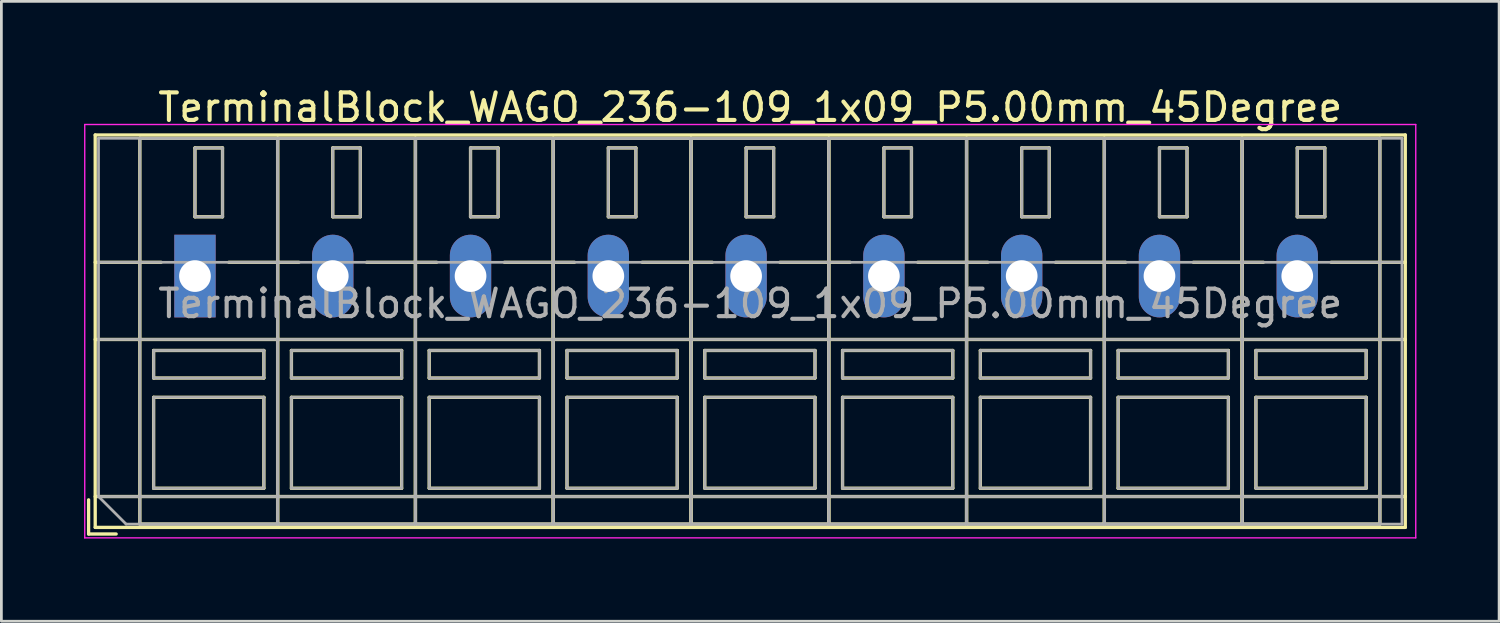
<source format=kicad_pcb>
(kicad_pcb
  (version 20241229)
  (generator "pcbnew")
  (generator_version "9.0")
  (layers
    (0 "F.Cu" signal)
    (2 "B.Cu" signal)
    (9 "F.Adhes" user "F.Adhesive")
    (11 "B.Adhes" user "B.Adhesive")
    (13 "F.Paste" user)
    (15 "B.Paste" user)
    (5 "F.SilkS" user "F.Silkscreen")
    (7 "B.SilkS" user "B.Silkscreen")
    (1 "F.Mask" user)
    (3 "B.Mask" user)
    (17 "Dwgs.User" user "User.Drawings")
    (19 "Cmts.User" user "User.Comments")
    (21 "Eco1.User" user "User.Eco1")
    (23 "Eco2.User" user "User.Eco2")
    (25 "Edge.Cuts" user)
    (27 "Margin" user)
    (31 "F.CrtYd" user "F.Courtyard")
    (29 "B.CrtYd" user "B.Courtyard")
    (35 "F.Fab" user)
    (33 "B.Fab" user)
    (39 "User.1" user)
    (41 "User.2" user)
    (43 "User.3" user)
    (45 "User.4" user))
  (footprint "TerminalBlock_WAGO_236-109_1x09_P5.00mm_45Degree"
    (layer "F.Cu")
    (at 4.025 6.968)
    (property "Reference" "TerminalBlock_WAGO_236-109_1x09_P5.00mm_45Degree" (at 20.15 -6.12 0) (layer "F.SilkS") (effects (font (size 1 1) (thickness 0.15))))
    (attr through_hole)
    (fp_line (start -3.86 8.12) (end -3.86 9.36) (stroke (width 0.12) (type solid)) (layer "F.SilkS"))
    (fp_line (start -3.86 9.36) (end -2.86 9.36) (stroke (width 0.12) (type solid)) (layer "F.SilkS"))
    (fp_line (start -3.62 -5.12) (end -3.62 9.12) (stroke (width 0.12) (type solid)) (layer "F.SilkS"))
    (fp_line (start -3.62 -5.12) (end 43.92 -5.12) (stroke (width 0.12) (type solid)) (layer "F.SilkS"))
    (fp_line (start -3.62 -0.5) (end -1.23 -0.5) (stroke (width 0.12) (type solid)) (layer "F.SilkS"))
    (fp_line (start -3.62 2.3) (end 43.92 2.3) (stroke (width 0.12) (type solid)) (layer "F.SilkS"))
    (fp_line (start -3.62 8) (end 43.92 8) (stroke (width 0.12) (type solid)) (layer "F.SilkS"))
    (fp_line (start -3.62 9.12) (end 43.92 9.12) (stroke (width 0.12) (type solid)) (layer "F.SilkS"))
    (fp_line (start -2 -5) (end -2 9) (stroke (width 0.12) (type solid)) (layer "F.SilkS"))
    (fp_line (start -2 -5) (end 3 -5) (stroke (width 0.12) (type solid)) (layer "F.SilkS"))
    (fp_line (start -2 9) (end 3 9) (stroke (width 0.12) (type solid)) (layer "F.SilkS"))
    (fp_line (start -1.5 2.7) (end -1.5 3.7) (stroke (width 0.12) (type solid)) (layer "F.SilkS"))
    (fp_line (start -1.5 2.7) (end 2.5 2.7) (stroke (width 0.12) (type solid)) (layer "F.SilkS"))
    (fp_line (start -1.5 3.7) (end 2.5 3.7) (stroke (width 0.12) (type solid)) (layer "F.SilkS"))
    (fp_line (start -1.5 4.4) (end -1.5 7.7) (stroke (width 0.12) (type solid)) (layer "F.SilkS"))
    (fp_line (start -1.5 4.4) (end 2.5 4.4) (stroke (width 0.12) (type solid)) (layer "F.SilkS"))
    (fp_line (start -1.5 7.7) (end 2.5 7.7) (stroke (width 0.12) (type solid)) (layer "F.SilkS"))
    (fp_line (start 0 -4.65) (end 0 -2.151) (stroke (width 0.12) (type solid)) (layer "F.SilkS"))
    (fp_line (start 0 -4.65) (end 1 -4.65) (stroke (width 0.12) (type solid)) (layer "F.SilkS"))
    (fp_line (start 0 -2.151) (end 1 -2.151) (stroke (width 0.12) (type solid)) (layer "F.SilkS"))
    (fp_line (start 1 -4.65) (end 1 -2.151) (stroke (width 0.12) (type solid)) (layer "F.SilkS"))
    (fp_line (start 1.23 -0.5) (end 3.77 -0.5) (stroke (width 0.12) (type solid)) (layer "F.SilkS"))
    (fp_line (start 2.5 2.7) (end 2.5 3.7) (stroke (width 0.12) (type solid)) (layer "F.SilkS"))
    (fp_line (start 2.5 4.4) (end 2.5 7.7) (stroke (width 0.12) (type solid)) (layer "F.SilkS"))
    (fp_line (start 3 -5) (end 3 9) (stroke (width 0.12) (type solid)) (layer "F.SilkS"))
    (fp_line (start 3 -5) (end 3 9) (stroke (width 0.12) (type solid)) (layer "F.SilkS"))
    (fp_line (start 3 -5) (end 8 -5) (stroke (width 0.12) (type solid)) (layer "F.SilkS"))
    (fp_line (start 3 9) (end 8 9) (stroke (width 0.12) (type solid)) (layer "F.SilkS"))
    (fp_line (start 3.5 2.7) (end 3.5 3.7) (stroke (width 0.12) (type solid)) (layer "F.SilkS"))
    (fp_line (start 3.5 2.7) (end 7.5 2.7) (stroke (width 0.12) (type solid)) (layer "F.SilkS"))
    (fp_line (start 3.5 3.7) (end 7.5 3.7) (stroke (width 0.12) (type solid)) (layer "F.SilkS"))
    (fp_line (start 3.5 4.4) (end 3.5 7.7) (stroke (width 0.12) (type solid)) (layer "F.SilkS"))
    (fp_line (start 3.5 4.4) (end 7.5 4.4) (stroke (width 0.12) (type solid)) (layer "F.SilkS"))
    (fp_line (start 3.5 7.7) (end 7.5 7.7) (stroke (width 0.12) (type solid)) (layer "F.SilkS"))
    (fp_line (start 5 -4.65) (end 5 -2.151) (stroke (width 0.12) (type solid)) (layer "F.SilkS"))
    (fp_line (start 5 -4.65) (end 6 -4.65) (stroke (width 0.12) (type solid)) (layer "F.SilkS"))
    (fp_line (start 5 -2.151) (end 6 -2.151) (stroke (width 0.12) (type solid)) (layer "F.SilkS"))
    (fp_line (start 6 -4.65) (end 6 -2.151) (stroke (width 0.12) (type solid)) (layer "F.SilkS"))
    (fp_line (start 6.23 -0.5) (end 8.77 -0.5) (stroke (width 0.12) (type solid)) (layer "F.SilkS"))
    (fp_line (start 7.5 2.7) (end 7.5 3.7) (stroke (width 0.12) (type solid)) (layer "F.SilkS"))
    (fp_line (start 7.5 4.4) (end 7.5 7.7) (stroke (width 0.12) (type solid)) (layer "F.SilkS"))
    (fp_line (start 8 -5) (end 8 9) (stroke (width 0.12) (type solid)) (layer "F.SilkS"))
    (fp_line (start 8 -5) (end 8 9) (stroke (width 0.12) (type solid)) (layer "F.SilkS"))
    (fp_line (start 8 -5) (end 13 -5) (stroke (width 0.12) (type solid)) (layer "F.SilkS"))
    (fp_line (start 8 9) (end 13 9) (stroke (width 0.12) (type solid)) (layer "F.SilkS"))
    (fp_line (start 8.5 2.7) (end 8.5 3.7) (stroke (width 0.12) (type solid)) (layer "F.SilkS"))
    (fp_line (start 8.5 2.7) (end 12.5 2.7) (stroke (width 0.12) (type solid)) (layer "F.SilkS"))
    (fp_line (start 8.5 3.7) (end 12.5 3.7) (stroke (width 0.12) (type solid)) (layer "F.SilkS"))
    (fp_line (start 8.5 4.4) (end 8.5 7.7) (stroke (width 0.12) (type solid)) (layer "F.SilkS"))
    (fp_line (start 8.5 4.4) (end 12.5 4.4) (stroke (width 0.12) (type solid)) (layer "F.SilkS"))
    (fp_line (start 8.5 7.7) (end 12.5 7.7) (stroke (width 0.12) (type solid)) (layer "F.SilkS"))
    (fp_line (start 10 -4.65) (end 10 -2.151) (stroke (width 0.12) (type solid)) (layer "F.SilkS"))
    (fp_line (start 10 -4.65) (end 11 -4.65) (stroke (width 0.12) (type solid)) (layer "F.SilkS"))
    (fp_line (start 10 -2.151) (end 11 -2.151) (stroke (width 0.12) (type solid)) (layer "F.SilkS"))
    (fp_line (start 11 -4.65) (end 11 -2.151) (stroke (width 0.12) (type solid)) (layer "F.SilkS"))
    (fp_line (start 11.23 -0.5) (end 13.77 -0.5) (stroke (width 0.12) (type solid)) (layer "F.SilkS"))
    (fp_line (start 12.5 2.7) (end 12.5 3.7) (stroke (width 0.12) (type solid)) (layer "F.SilkS"))
    (fp_line (start 12.5 4.4) (end 12.5 7.7) (stroke (width 0.12) (type solid)) (layer "F.SilkS"))
    (fp_line (start 13 -5) (end 13 9) (stroke (width 0.12) (type solid)) (layer "F.SilkS"))
    (fp_line (start 13 -5) (end 13 9) (stroke (width 0.12) (type solid)) (layer "F.SilkS"))
    (fp_line (start 13 -5) (end 18 -5) (stroke (width 0.12) (type solid)) (layer "F.SilkS"))
    (fp_line (start 13 9) (end 18 9) (stroke (width 0.12) (type solid)) (layer "F.SilkS"))
    (fp_line (start 13.5 2.7) (end 13.5 3.7) (stroke (width 0.12) (type solid)) (layer "F.SilkS"))
    (fp_line (start 13.5 2.7) (end 17.5 2.7) (stroke (width 0.12) (type solid)) (layer "F.SilkS"))
    (fp_line (start 13.5 3.7) (end 17.5 3.7) (stroke (width 0.12) (type solid)) (layer "F.SilkS"))
    (fp_line (start 13.5 4.4) (end 13.5 7.7) (stroke (width 0.12) (type solid)) (layer "F.SilkS"))
    (fp_line (start 13.5 4.4) (end 17.5 4.4) (stroke (width 0.12) (type solid)) (layer "F.SilkS"))
    (fp_line (start 13.5 7.7) (end 17.5 7.7) (stroke (width 0.12) (type solid)) (layer "F.SilkS"))
    (fp_line (start 15 -4.65) (end 15 -2.151) (stroke (width 0.12) (type solid)) (layer "F.SilkS"))
    (fp_line (start 15 -4.65) (end 16 -4.65) (stroke (width 0.12) (type solid)) (layer "F.SilkS"))
    (fp_line (start 15 -2.151) (end 16 -2.151) (stroke (width 0.12) (type solid)) (layer "F.SilkS"))
    (fp_line (start 16 -4.65) (end 16 -2.151) (stroke (width 0.12) (type solid)) (layer "F.SilkS"))
    (fp_line (start 16.23 -0.5) (end 18.77 -0.5) (stroke (width 0.12) (type solid)) (layer "F.SilkS"))
    (fp_line (start 17.5 2.7) (end 17.5 3.7) (stroke (width 0.12) (type solid)) (layer "F.SilkS"))
    (fp_line (start 17.5 4.4) (end 17.5 7.7) (stroke (width 0.12) (type solid)) (layer "F.SilkS"))
    (fp_line (start 18 -5) (end 18 9) (stroke (width 0.12) (type solid)) (layer "F.SilkS"))
    (fp_line (start 18 -5) (end 18 9) (stroke (width 0.12) (type solid)) (layer "F.SilkS"))
    (fp_line (start 18 -5) (end 23 -5) (stroke (width 0.12) (type solid)) (layer "F.SilkS"))
    (fp_line (start 18 9) (end 23 9) (stroke (width 0.12) (type solid)) (layer "F.SilkS"))
    (fp_line (start 18.5 2.7) (end 18.5 3.7) (stroke (width 0.12) (type solid)) (layer "F.SilkS"))
    (fp_line (start 18.5 2.7) (end 22.5 2.7) (stroke (width 0.12) (type solid)) (layer "F.SilkS"))
    (fp_line (start 18.5 3.7) (end 22.5 3.7) (stroke (width 0.12) (type solid)) (layer "F.SilkS"))
    (fp_line (start 18.5 4.4) (end 18.5 7.7) (stroke (width 0.12) (type solid)) (layer "F.SilkS"))
    (fp_line (start 18.5 4.4) (end 22.5 4.4) (stroke (width 0.12) (type solid)) (layer "F.SilkS"))
    (fp_line (start 18.5 7.7) (end 22.5 7.7) (stroke (width 0.12) (type solid)) (layer "F.SilkS"))
    (fp_line (start 20 -4.65) (end 20 -2.151) (stroke (width 0.12) (type solid)) (layer "F.SilkS"))
    (fp_line (start 20 -4.65) (end 21 -4.65) (stroke (width 0.12) (type solid)) (layer "F.SilkS"))
    (fp_line (start 20 -2.151) (end 21 -2.151) (stroke (width 0.12) (type solid)) (layer "F.SilkS"))
    (fp_line (start 21 -4.65) (end 21 -2.151) (stroke (width 0.12) (type solid)) (layer "F.SilkS"))
    (fp_line (start 21.23 -0.5) (end 23.77 -0.5) (stroke (width 0.12) (type solid)) (layer "F.SilkS"))
    (fp_line (start 22.5 2.7) (end 22.5 3.7) (stroke (width 0.12) (type solid)) (layer "F.SilkS"))
    (fp_line (start 22.5 4.4) (end 22.5 7.7) (stroke (width 0.12) (type solid)) (layer "F.SilkS"))
    (fp_line (start 23 -5) (end 23 9) (stroke (width 0.12) (type solid)) (layer "F.SilkS"))
    (fp_line (start 23 -5) (end 23 9) (stroke (width 0.12) (type solid)) (layer "F.SilkS"))
    (fp_line (start 23 -5) (end 28 -5) (stroke (width 0.12) (type solid)) (layer "F.SilkS"))
    (fp_line (start 23 9) (end 28 9) (stroke (width 0.12) (type solid)) (layer "F.SilkS"))
    (fp_line (start 23.5 2.7) (end 23.5 3.7) (stroke (width 0.12) (type solid)) (layer "F.SilkS"))
    (fp_line (start 23.5 2.7) (end 27.5 2.7) (stroke (width 0.12) (type solid)) (layer "F.SilkS"))
    (fp_line (start 23.5 3.7) (end 27.5 3.7) (stroke (width 0.12) (type solid)) (layer "F.SilkS"))
    (fp_line (start 23.5 4.4) (end 23.5 7.7) (stroke (width 0.12) (type solid)) (layer "F.SilkS"))
    (fp_line (start 23.5 4.4) (end 27.5 4.4) (stroke (width 0.12) (type solid)) (layer "F.SilkS"))
    (fp_line (start 23.5 7.7) (end 27.5 7.7) (stroke (width 0.12) (type solid)) (layer "F.SilkS"))
    (fp_line (start 25 -4.65) (end 25 -2.151) (stroke (width 0.12) (type solid)) (layer "F.SilkS"))
    (fp_line (start 25 -4.65) (end 26 -4.65) (stroke (width 0.12) (type solid)) (layer "F.SilkS"))
    (fp_line (start 25 -2.151) (end 26 -2.151) (stroke (width 0.12) (type solid)) (layer "F.SilkS"))
    (fp_line (start 26 -4.65) (end 26 -2.151) (stroke (width 0.12) (type solid)) (layer "F.SilkS"))
    (fp_line (start 26.23 -0.5) (end 28.77 -0.5) (stroke (width 0.12) (type solid)) (layer "F.SilkS"))
    (fp_line (start 27.5 2.7) (end 27.5 3.7) (stroke (width 0.12) (type solid)) (layer "F.SilkS"))
    (fp_line (start 27.5 4.4) (end 27.5 7.7) (stroke (width 0.12) (type solid)) (layer "F.SilkS"))
    (fp_line (start 28 -5) (end 28 9) (stroke (width 0.12) (type solid)) (layer "F.SilkS"))
    (fp_line (start 28 -5) (end 28 9) (stroke (width 0.12) (type solid)) (layer "F.SilkS"))
    (fp_line (start 28 -5) (end 33 -5) (stroke (width 0.12) (type solid)) (layer "F.SilkS"))
    (fp_line (start 28 9) (end 33 9) (stroke (width 0.12) (type solid)) (layer "F.SilkS"))
    (fp_line (start 28.5 2.7) (end 28.5 3.7) (stroke (width 0.12) (type solid)) (layer "F.SilkS"))
    (fp_line (start 28.5 2.7) (end 32.5 2.7) (stroke (width 0.12) (type solid)) (layer "F.SilkS"))
    (fp_line (start 28.5 3.7) (end 32.5 3.7) (stroke (width 0.12) (type solid)) (layer "F.SilkS"))
    (fp_line (start 28.5 4.4) (end 28.5 7.7) (stroke (width 0.12) (type solid)) (layer "F.SilkS"))
    (fp_line (start 28.5 4.4) (end 32.5 4.4) (stroke (width 0.12) (type solid)) (layer "F.SilkS"))
    (fp_line (start 28.5 7.7) (end 32.5 7.7) (stroke (width 0.12) (type solid)) (layer "F.SilkS"))
    (fp_line (start 30 -4.65) (end 30 -2.151) (stroke (width 0.12) (type solid)) (layer "F.SilkS"))
    (fp_line (start 30 -4.65) (end 31 -4.65) (stroke (width 0.12) (type solid)) (layer "F.SilkS"))
    (fp_line (start 30 -2.151) (end 31 -2.151) (stroke (width 0.12) (type solid)) (layer "F.SilkS"))
    (fp_line (start 31 -4.65) (end 31 -2.151) (stroke (width 0.12) (type solid)) (layer "F.SilkS"))
    (fp_line (start 31.23 -0.5) (end 33.77 -0.5) (stroke (width 0.12) (type solid)) (layer "F.SilkS"))
    (fp_line (start 32.5 2.7) (end 32.5 3.7) (stroke (width 0.12) (type solid)) (layer "F.SilkS"))
    (fp_line (start 32.5 4.4) (end 32.5 7.7) (stroke (width 0.12) (type solid)) (layer "F.SilkS"))
    (fp_line (start 33 -5) (end 33 9) (stroke (width 0.12) (type solid)) (layer "F.SilkS"))
    (fp_line (start 33 -5) (end 33 9) (stroke (width 0.12) (type solid)) (layer "F.SilkS"))
    (fp_line (start 33 -5) (end 38 -5) (stroke (width 0.12) (type solid)) (layer "F.SilkS"))
    (fp_line (start 33 9) (end 38 9) (stroke (width 0.12) (type solid)) (layer "F.SilkS"))
    (fp_line (start 33.5 2.7) (end 33.5 3.7) (stroke (width 0.12) (type solid)) (layer "F.SilkS"))
    (fp_line (start 33.5 2.7) (end 37.5 2.7) (stroke (width 0.12) (type solid)) (layer "F.SilkS"))
    (fp_line (start 33.5 3.7) (end 37.5 3.7) (stroke (width 0.12) (type solid)) (layer "F.SilkS"))
    (fp_line (start 33.5 4.4) (end 33.5 7.7) (stroke (width 0.12) (type solid)) (layer "F.SilkS"))
    (fp_line (start 33.5 4.4) (end 37.5 4.4) (stroke (width 0.12) (type solid)) (layer "F.SilkS"))
    (fp_line (start 33.5 7.7) (end 37.5 7.7) (stroke (width 0.12) (type solid)) (layer "F.SilkS"))
    (fp_line (start 35 -4.65) (end 35 -2.151) (stroke (width 0.12) (type solid)) (layer "F.SilkS"))
    (fp_line (start 35 -4.65) (end 36 -4.65) (stroke (width 0.12) (type solid)) (layer "F.SilkS"))
    (fp_line (start 35 -2.151) (end 36 -2.151) (stroke (width 0.12) (type solid)) (layer "F.SilkS"))
    (fp_line (start 36 -4.65) (end 36 -2.151) (stroke (width 0.12) (type solid)) (layer "F.SilkS"))
    (fp_line (start 36.23 -0.5) (end 38.77 -0.5) (stroke (width 0.12) (type solid)) (layer "F.SilkS"))
    (fp_line (start 37.5 2.7) (end 37.5 3.7) (stroke (width 0.12) (type solid)) (layer "F.SilkS"))
    (fp_line (start 37.5 4.4) (end 37.5 7.7) (stroke (width 0.12) (type solid)) (layer "F.SilkS"))
    (fp_line (start 38 -5) (end 38 9) (stroke (width 0.12) (type solid)) (layer "F.SilkS"))
    (fp_line (start 38 -5) (end 38 9) (stroke (width 0.12) (type solid)) (layer "F.SilkS"))
    (fp_line (start 38 -5) (end 43 -5) (stroke (width 0.12) (type solid)) (layer "F.SilkS"))
    (fp_line (start 38 9) (end 43 9) (stroke (width 0.12) (type solid)) (layer "F.SilkS"))
    (fp_line (start 38.5 2.7) (end 38.5 3.7) (stroke (width 0.12) (type solid)) (layer "F.SilkS"))
    (fp_line (start 38.5 2.7) (end 42.5 2.7) (stroke (width 0.12) (type solid)) (layer "F.SilkS"))
    (fp_line (start 38.5 3.7) (end 42.5 3.7) (stroke (width 0.12) (type solid)) (layer "F.SilkS"))
    (fp_line (start 38.5 4.4) (end 38.5 7.7) (stroke (width 0.12) (type solid)) (layer "F.SilkS"))
    (fp_line (start 38.5 4.4) (end 42.5 4.4) (stroke (width 0.12) (type solid)) (layer "F.SilkS"))
    (fp_line (start 38.5 7.7) (end 42.5 7.7) (stroke (width 0.12) (type solid)) (layer "F.SilkS"))
    (fp_line (start 40 -4.65) (end 40 -2.151) (stroke (width 0.12) (type solid)) (layer "F.SilkS"))
    (fp_line (start 40 -4.65) (end 41 -4.65) (stroke (width 0.12) (type solid)) (layer "F.SilkS"))
    (fp_line (start 40 -2.151) (end 41 -2.151) (stroke (width 0.12) (type solid)) (layer "F.SilkS"))
    (fp_line (start 41 -4.65) (end 41 -2.151) (stroke (width 0.12) (type solid)) (layer "F.SilkS"))
    (fp_line (start 41.23 -0.5) (end 43.92 -0.5) (stroke (width 0.12) (type solid)) (layer "F.SilkS"))
    (fp_line (start 42.5 2.7) (end 42.5 3.7) (stroke (width 0.12) (type solid)) (layer "F.SilkS"))
    (fp_line (start 42.5 4.4) (end 42.5 7.7) (stroke (width 0.12) (type solid)) (layer "F.SilkS"))
    (fp_line (start 43 -5) (end 43 9) (stroke (width 0.12) (type solid)) (layer "F.SilkS"))
    (fp_line (start 43.92 -5.12) (end 43.92 9.12) (stroke (width 0.12) (type solid)) (layer "F.SilkS"))
    (fp_line (start -4 -5.5) (end -4 9.5) (stroke (width 0.05) (type solid)) (layer "F.CrtYd"))
    (fp_line (start -4 9.5) (end 44.3 9.5) (stroke (width 0.05) (type solid)) (layer "F.CrtYd"))
    (fp_line (start 44.3 -5.5) (end -4 -5.5) (stroke (width 0.05) (type solid)) (layer "F.CrtYd"))
    (fp_line (start 44.3 9.5) (end 44.3 -5.5) (stroke (width 0.05) (type solid)) (layer "F.CrtYd"))
    (fp_line (start -3.5 -5) (end 43.8 -5) (stroke (width 0.1) (type solid)) (layer "F.Fab"))
    (fp_line (start -3.5 -0.5) (end 43.8 -0.5) (stroke (width 0.1) (type solid)) (layer "F.Fab"))
    (fp_line (start -3.5 2.3) (end 43.8 2.3) (stroke (width 0.1) (type solid)) (layer "F.Fab"))
    (fp_line (start -3.5 8) (end -3.5 -5) (stroke (width 0.1) (type solid)) (layer "F.Fab"))
    (fp_line (start -3.5 8) (end 43.8 8) (stroke (width 0.1) (type solid)) (layer "F.Fab"))
    (fp_line (start -2.5 9) (end -3.5 8) (stroke (width 0.1) (type solid)) (layer "F.Fab"))
    (fp_line (start -2 -5) (end -2 9) (stroke (width 0.1) (type solid)) (layer "F.Fab"))
    (fp_line (start -2 9) (end 3 9) (stroke (width 0.1) (type solid)) (layer "F.Fab"))
    (fp_line (start -1.5 2.7) (end -1.5 3.7) (stroke (width 0.1) (type solid)) (layer "F.Fab"))
    (fp_line (start -1.5 3.7) (end 2.5 3.7) (stroke (width 0.1) (type solid)) (layer "F.Fab"))
    (fp_line (start -1.5 4.4) (end -1.5 7.7) (stroke (width 0.1) (type solid)) (layer "F.Fab"))
    (fp_line (start -1.5 7.7) (end 2.5 7.7) (stroke (width 0.1) (type solid)) (layer "F.Fab"))
    (fp_line (start 0 -4.65) (end 0 -2.15) (stroke (width 0.1) (type solid)) (layer "F.Fab"))
    (fp_line (start 0 -2.15) (end 1 -2.15) (stroke (width 0.1) (type solid)) (layer "F.Fab"))
    (fp_line (start 1 -4.65) (end 0 -4.65) (stroke (width 0.1) (type solid)) (layer "F.Fab"))
    (fp_line (start 1 -2.15) (end 1 -4.65) (stroke (width 0.1) (type solid)) (layer "F.Fab"))
    (fp_line (start 2.5 2.7) (end -1.5 2.7) (stroke (width 0.1) (type solid)) (layer "F.Fab"))
    (fp_line (start 2.5 3.7) (end 2.5 2.7) (stroke (width 0.1) (type solid)) (layer "F.Fab"))
    (fp_line (start 2.5 4.4) (end -1.5 4.4) (stroke (width 0.1) (type solid)) (layer "F.Fab"))
    (fp_line (start 2.5 7.7) (end 2.5 4.4) (stroke (width 0.1) (type solid)) (layer "F.Fab"))
    (fp_line (start 3 -5) (end -2 -5) (stroke (width 0.1) (type solid)) (layer "F.Fab"))
    (fp_line (start 3 -5) (end 3 9) (stroke (width 0.1) (type solid)) (layer "F.Fab"))
    (fp_line (start 3 9) (end 3 -5) (stroke (width 0.1) (type solid)) (layer "F.Fab"))
    (fp_line (start 3 9) (end 8 9) (stroke (width 0.1) (type solid)) (layer "F.Fab"))
    (fp_line (start 3.5 2.7) (end 3.5 3.7) (stroke (width 0.1) (type solid)) (layer "F.Fab"))
    (fp_line (start 3.5 3.7) (end 7.5 3.7) (stroke (width 0.1) (type solid)) (layer "F.Fab"))
    (fp_line (start 3.5 4.4) (end 3.5 7.7) (stroke (width 0.1) (type solid)) (layer "F.Fab"))
    (fp_line (start 3.5 7.7) (end 7.5 7.7) (stroke (width 0.1) (type solid)) (layer "F.Fab"))
    (fp_line (start 5 -4.65) (end 5 -2.15) (stroke (width 0.1) (type solid)) (layer "F.Fab"))
    (fp_line (start 5 -2.15) (end 6 -2.15) (stroke (width 0.1) (type solid)) (layer "F.Fab"))
    (fp_line (start 6 -4.65) (end 5 -4.65) (stroke (width 0.1) (type solid)) (layer "F.Fab"))
    (fp_line (start 6 -2.15) (end 6 -4.65) (stroke (width 0.1) (type solid)) (layer "F.Fab"))
    (fp_line (start 7.5 2.7) (end 3.5 2.7) (stroke (width 0.1) (type solid)) (layer "F.Fab"))
    (fp_line (start 7.5 3.7) (end 7.5 2.7) (stroke (width 0.1) (type solid)) (layer "F.Fab"))
    (fp_line (start 7.5 4.4) (end 3.5 4.4) (stroke (width 0.1) (type solid)) (layer "F.Fab"))
    (fp_line (start 7.5 7.7) (end 7.5 4.4) (stroke (width 0.1) (type solid)) (layer "F.Fab"))
    (fp_line (start 8 -5) (end 3 -5) (stroke (width 0.1) (type solid)) (layer "F.Fab"))
    (fp_line (start 8 -5) (end 8 9) (stroke (width 0.1) (type solid)) (layer "F.Fab"))
    (fp_line (start 8 9) (end 8 -5) (stroke (width 0.1) (type solid)) (layer "F.Fab"))
    (fp_line (start 8 9) (end 13 9) (stroke (width 0.1) (type solid)) (layer "F.Fab"))
    (fp_line (start 8.5 2.7) (end 8.5 3.7) (stroke (width 0.1) (type solid)) (layer "F.Fab"))
    (fp_line (start 8.5 3.7) (end 12.5 3.7) (stroke (width 0.1) (type solid)) (layer "F.Fab"))
    (fp_line (start 8.5 4.4) (end 8.5 7.7) (stroke (width 0.1) (type solid)) (layer "F.Fab"))
    (fp_line (start 8.5 7.7) (end 12.5 7.7) (stroke (width 0.1) (type solid)) (layer "F.Fab"))
    (fp_line (start 10 -4.65) (end 10 -2.15) (stroke (width 0.1) (type solid)) (layer "F.Fab"))
    (fp_line (start 10 -2.15) (end 11 -2.15) (stroke (width 0.1) (type solid)) (layer "F.Fab"))
    (fp_line (start 11 -4.65) (end 10 -4.65) (stroke (width 0.1) (type solid)) (layer "F.Fab"))
    (fp_line (start 11 -2.15) (end 11 -4.65) (stroke (width 0.1) (type solid)) (layer "F.Fab"))
    (fp_line (start 12.5 2.7) (end 8.5 2.7) (stroke (width 0.1) (type solid)) (layer "F.Fab"))
    (fp_line (start 12.5 3.7) (end 12.5 2.7) (stroke (width 0.1) (type solid)) (layer "F.Fab"))
    (fp_line (start 12.5 4.4) (end 8.5 4.4) (stroke (width 0.1) (type solid)) (layer "F.Fab"))
    (fp_line (start 12.5 7.7) (end 12.5 4.4) (stroke (width 0.1) (type solid)) (layer "F.Fab"))
    (fp_line (start 13 -5) (end 8 -5) (stroke (width 0.1) (type solid)) (layer "F.Fab"))
    (fp_line (start 13 -5) (end 13 9) (stroke (width 0.1) (type solid)) (layer "F.Fab"))
    (fp_line (start 13 9) (end 13 -5) (stroke (width 0.1) (type solid)) (layer "F.Fab"))
    (fp_line (start 13 9) (end 18 9) (stroke (width 0.1) (type solid)) (layer "F.Fab"))
    (fp_line (start 13.5 2.7) (end 13.5 3.7) (stroke (width 0.1) (type solid)) (layer "F.Fab"))
    (fp_line (start 13.5 3.7) (end 17.5 3.7) (stroke (width 0.1) (type solid)) (layer "F.Fab"))
    (fp_line (start 13.5 4.4) (end 13.5 7.7) (stroke (width 0.1) (type solid)) (layer "F.Fab"))
    (fp_line (start 13.5 7.7) (end 17.5 7.7) (stroke (width 0.1) (type solid)) (layer "F.Fab"))
    (fp_line (start 15 -4.65) (end 15 -2.15) (stroke (width 0.1) (type solid)) (layer "F.Fab"))
    (fp_line (start 15 -2.15) (end 16 -2.15) (stroke (width 0.1) (type solid)) (layer "F.Fab"))
    (fp_line (start 16 -4.65) (end 15 -4.65) (stroke (width 0.1) (type solid)) (layer "F.Fab"))
    (fp_line (start 16 -2.15) (end 16 -4.65) (stroke (width 0.1) (type solid)) (layer "F.Fab"))
    (fp_line (start 17.5 2.7) (end 13.5 2.7) (stroke (width 0.1) (type solid)) (layer "F.Fab"))
    (fp_line (start 17.5 3.7) (end 17.5 2.7) (stroke (width 0.1) (type solid)) (layer "F.Fab"))
    (fp_line (start 17.5 4.4) (end 13.5 4.4) (stroke (width 0.1) (type solid)) (layer "F.Fab"))
    (fp_line (start 17.5 7.7) (end 17.5 4.4) (stroke (width 0.1) (type solid)) (layer "F.Fab"))
    (fp_line (start 18 -5) (end 13 -5) (stroke (width 0.1) (type solid)) (layer "F.Fab"))
    (fp_line (start 18 -5) (end 18 9) (stroke (width 0.1) (type solid)) (layer "F.Fab"))
    (fp_line (start 18 9) (end 18 -5) (stroke (width 0.1) (type solid)) (layer "F.Fab"))
    (fp_line (start 18 9) (end 23 9) (stroke (width 0.1) (type solid)) (layer "F.Fab"))
    (fp_line (start 18.5 2.7) (end 18.5 3.7) (stroke (width 0.1) (type solid)) (layer "F.Fab"))
    (fp_line (start 18.5 3.7) (end 22.5 3.7) (stroke (width 0.1) (type solid)) (layer "F.Fab"))
    (fp_line (start 18.5 4.4) (end 18.5 7.7) (stroke (width 0.1) (type solid)) (layer "F.Fab"))
    (fp_line (start 18.5 7.7) (end 22.5 7.7) (stroke (width 0.1) (type solid)) (layer "F.Fab"))
    (fp_line (start 20 -4.65) (end 20 -2.15) (stroke (width 0.1) (type solid)) (layer "F.Fab"))
    (fp_line (start 20 -2.15) (end 21 -2.15) (stroke (width 0.1) (type solid)) (layer "F.Fab"))
    (fp_line (start 21 -4.65) (end 20 -4.65) (stroke (width 0.1) (type solid)) (layer "F.Fab"))
    (fp_line (start 21 -2.15) (end 21 -4.65) (stroke (width 0.1) (type solid)) (layer "F.Fab"))
    (fp_line (start 22.5 2.7) (end 18.5 2.7) (stroke (width 0.1) (type solid)) (layer "F.Fab"))
    (fp_line (start 22.5 3.7) (end 22.5 2.7) (stroke (width 0.1) (type solid)) (layer "F.Fab"))
    (fp_line (start 22.5 4.4) (end 18.5 4.4) (stroke (width 0.1) (type solid)) (layer "F.Fab"))
    (fp_line (start 22.5 7.7) (end 22.5 4.4) (stroke (width 0.1) (type solid)) (layer "F.Fab"))
    (fp_line (start 23 -5) (end 18 -5) (stroke (width 0.1) (type solid)) (layer "F.Fab"))
    (fp_line (start 23 -5) (end 23 9) (stroke (width 0.1) (type solid)) (layer "F.Fab"))
    (fp_line (start 23 9) (end 23 -5) (stroke (width 0.1) (type solid)) (layer "F.Fab"))
    (fp_line (start 23 9) (end 28 9) (stroke (width 0.1) (type solid)) (layer "F.Fab"))
    (fp_line (start 23.5 2.7) (end 23.5 3.7) (stroke (width 0.1) (type solid)) (layer "F.Fab"))
    (fp_line (start 23.5 3.7) (end 27.5 3.7) (stroke (width 0.1) (type solid)) (layer "F.Fab"))
    (fp_line (start 23.5 4.4) (end 23.5 7.7) (stroke (width 0.1) (type solid)) (layer "F.Fab"))
    (fp_line (start 23.5 7.7) (end 27.5 7.7) (stroke (width 0.1) (type solid)) (layer "F.Fab"))
    (fp_line (start 25 -4.65) (end 25 -2.15) (stroke (width 0.1) (type solid)) (layer "F.Fab"))
    (fp_line (start 25 -2.15) (end 26 -2.15) (stroke (width 0.1) (type solid)) (layer "F.Fab"))
    (fp_line (start 26 -4.65) (end 25 -4.65) (stroke (width 0.1) (type solid)) (layer "F.Fab"))
    (fp_line (start 26 -2.15) (end 26 -4.65) (stroke (width 0.1) (type solid)) (layer "F.Fab"))
    (fp_line (start 27.5 2.7) (end 23.5 2.7) (stroke (width 0.1) (type solid)) (layer "F.Fab"))
    (fp_line (start 27.5 3.7) (end 27.5 2.7) (stroke (width 0.1) (type solid)) (layer "F.Fab"))
    (fp_line (start 27.5 4.4) (end 23.5 4.4) (stroke (width 0.1) (type solid)) (layer "F.Fab"))
    (fp_line (start 27.5 7.7) (end 27.5 4.4) (stroke (width 0.1) (type solid)) (layer "F.Fab"))
    (fp_line (start 28 -5) (end 23 -5) (stroke (width 0.1) (type solid)) (layer "F.Fab"))
    (fp_line (start 28 -5) (end 28 9) (stroke (width 0.1) (type solid)) (layer "F.Fab"))
    (fp_line (start 28 9) (end 28 -5) (stroke (width 0.1) (type solid)) (layer "F.Fab"))
    (fp_line (start 28 9) (end 33 9) (stroke (width 0.1) (type solid)) (layer "F.Fab"))
    (fp_line (start 28.5 2.7) (end 28.5 3.7) (stroke (width 0.1) (type solid)) (layer "F.Fab"))
    (fp_line (start 28.5 3.7) (end 32.5 3.7) (stroke (width 0.1) (type solid)) (layer "F.Fab"))
    (fp_line (start 28.5 4.4) (end 28.5 7.7) (stroke (width 0.1) (type solid)) (layer "F.Fab"))
    (fp_line (start 28.5 7.7) (end 32.5 7.7) (stroke (width 0.1) (type solid)) (layer "F.Fab"))
    (fp_line (start 30 -4.65) (end 30 -2.15) (stroke (width 0.1) (type solid)) (layer "F.Fab"))
    (fp_line (start 30 -2.15) (end 31 -2.15) (stroke (width 0.1) (type solid)) (layer "F.Fab"))
    (fp_line (start 31 -4.65) (end 30 -4.65) (stroke (width 0.1) (type solid)) (layer "F.Fab"))
    (fp_line (start 31 -2.15) (end 31 -4.65) (stroke (width 0.1) (type solid)) (layer "F.Fab"))
    (fp_line (start 32.5 2.7) (end 28.5 2.7) (stroke (width 0.1) (type solid)) (layer "F.Fab"))
    (fp_line (start 32.5 3.7) (end 32.5 2.7) (stroke (width 0.1) (type solid)) (layer "F.Fab"))
    (fp_line (start 32.5 4.4) (end 28.5 4.4) (stroke (width 0.1) (type solid)) (layer "F.Fab"))
    (fp_line (start 32.5 7.7) (end 32.5 4.4) (stroke (width 0.1) (type solid)) (layer "F.Fab"))
    (fp_line (start 33 -5) (end 28 -5) (stroke (width 0.1) (type solid)) (layer "F.Fab"))
    (fp_line (start 33 -5) (end 33 9) (stroke (width 0.1) (type solid)) (layer "F.Fab"))
    (fp_line (start 33 9) (end 33 -5) (stroke (width 0.1) (type solid)) (layer "F.Fab"))
    (fp_line (start 33 9) (end 38 9) (stroke (width 0.1) (type solid)) (layer "F.Fab"))
    (fp_line (start 33.5 2.7) (end 33.5 3.7) (stroke (width 0.1) (type solid)) (layer "F.Fab"))
    (fp_line (start 33.5 3.7) (end 37.5 3.7) (stroke (width 0.1) (type solid)) (layer "F.Fab"))
    (fp_line (start 33.5 4.4) (end 33.5 7.7) (stroke (width 0.1) (type solid)) (layer "F.Fab"))
    (fp_line (start 33.5 7.7) (end 37.5 7.7) (stroke (width 0.1) (type solid)) (layer "F.Fab"))
    (fp_line (start 35 -4.65) (end 35 -2.15) (stroke (width 0.1) (type solid)) (layer "F.Fab"))
    (fp_line (start 35 -2.15) (end 36 -2.15) (stroke (width 0.1) (type solid)) (layer "F.Fab"))
    (fp_line (start 36 -4.65) (end 35 -4.65) (stroke (width 0.1) (type solid)) (layer "F.Fab"))
    (fp_line (start 36 -2.15) (end 36 -4.65) (stroke (width 0.1) (type solid)) (layer "F.Fab"))
    (fp_line (start 37.5 2.7) (end 33.5 2.7) (stroke (width 0.1) (type solid)) (layer "F.Fab"))
    (fp_line (start 37.5 3.7) (end 37.5 2.7) (stroke (width 0.1) (type solid)) (layer "F.Fab"))
    (fp_line (start 37.5 4.4) (end 33.5 4.4) (stroke (width 0.1) (type solid)) (layer "F.Fab"))
    (fp_line (start 37.5 7.7) (end 37.5 4.4) (stroke (width 0.1) (type solid)) (layer "F.Fab"))
    (fp_line (start 38 -5) (end 33 -5) (stroke (width 0.1) (type solid)) (layer "F.Fab"))
    (fp_line (start 38 -5) (end 38 9) (stroke (width 0.1) (type solid)) (layer "F.Fab"))
    (fp_line (start 38 9) (end 38 -5) (stroke (width 0.1) (type solid)) (layer "F.Fab"))
    (fp_line (start 38 9) (end 43 9) (stroke (width 0.1) (type solid)) (layer "F.Fab"))
    (fp_line (start 38.5 2.7) (end 38.5 3.7) (stroke (width 0.1) (type solid)) (layer "F.Fab"))
    (fp_line (start 38.5 3.7) (end 42.5 3.7) (stroke (width 0.1) (type solid)) (layer "F.Fab"))
    (fp_line (start 38.5 4.4) (end 38.5 7.7) (stroke (width 0.1) (type solid)) (layer "F.Fab"))
    (fp_line (start 38.5 7.7) (end 42.5 7.7) (stroke (width 0.1) (type solid)) (layer "F.Fab"))
    (fp_line (start 40 -4.65) (end 40 -2.15) (stroke (width 0.1) (type solid)) (layer "F.Fab"))
    (fp_line (start 40 -2.15) (end 41 -2.15) (stroke (width 0.1) (type solid)) (layer "F.Fab"))
    (fp_line (start 41 -4.65) (end 40 -4.65) (stroke (width 0.1) (type solid)) (layer "F.Fab"))
    (fp_line (start 41 -2.15) (end 41 -4.65) (stroke (width 0.1) (type solid)) (layer "F.Fab"))
    (fp_line (start 42.5 2.7) (end 38.5 2.7) (stroke (width 0.1) (type solid)) (layer "F.Fab"))
    (fp_line (start 42.5 3.7) (end 42.5 2.7) (stroke (width 0.1) (type solid)) (layer "F.Fab"))
    (fp_line (start 42.5 4.4) (end 38.5 4.4) (stroke (width 0.1) (type solid)) (layer "F.Fab"))
    (fp_line (start 42.5 7.7) (end 42.5 4.4) (stroke (width 0.1) (type solid)) (layer "F.Fab"))
    (fp_line (start 43 -5) (end 38 -5) (stroke (width 0.1) (type solid)) (layer "F.Fab"))
    (fp_line (start 43 9) (end 43 -5) (stroke (width 0.1) (type solid)) (layer "F.Fab"))
    (fp_line (start 43.8 -5) (end 43.8 9) (stroke (width 0.1) (type solid)) (layer "F.Fab"))
    (fp_line (start 43.8 9) (end -2.5 9) (stroke (width 0.1) (type solid)) (layer "F.Fab"))
    (fp_text user "${REFERENCE}" (at 20.15 1 0) (layer "F.Fab") (effects (font (size 1 1) (thickness 0.15))))
    (pad "1" thru_hole rect (at 0 0) (size 1.5 3) (drill 1.15) (layers "*.Cu" "*.Mask"))
    (pad "2" thru_hole oval (at 5 0) (size 1.5 3) (drill 1.15) (layers "*.Cu" "*.Mask"))
    (pad "3" thru_hole oval (at 10 0) (size 1.5 3) (drill 1.15) (layers "*.Cu" "*.Mask"))
    (pad "4" thru_hole oval (at 15 0) (size 1.5 3) (drill 1.15) (layers "*.Cu" "*.Mask"))
    (pad "5" thru_hole oval (at 20 0) (size 1.5 3) (drill 1.15) (layers "*.Cu" "*.Mask"))
    (pad "6" thru_hole oval (at 25 0) (size 1.5 3) (drill 1.15) (layers "*.Cu" "*.Mask"))
    (pad "7" thru_hole oval (at 30 0) (size 1.5 3) (drill 1.15) (layers "*.Cu" "*.Mask"))
    (pad "8" thru_hole oval (at 35 0) (size 1.5 3) (drill 1.15) (layers "*.Cu" "*.Mask"))
    (pad "9" thru_hole oval (at 40 0) (size 1.5 3) (drill 1.15) (layers "*.Cu" "*.Mask")))
  (gr_rect
    (start -3 -3)
    (end 51.35 19.493)
    (stroke (width 0.1) (type default))
    (fill no)
    (layer "Edge.Cuts")))
</source>
